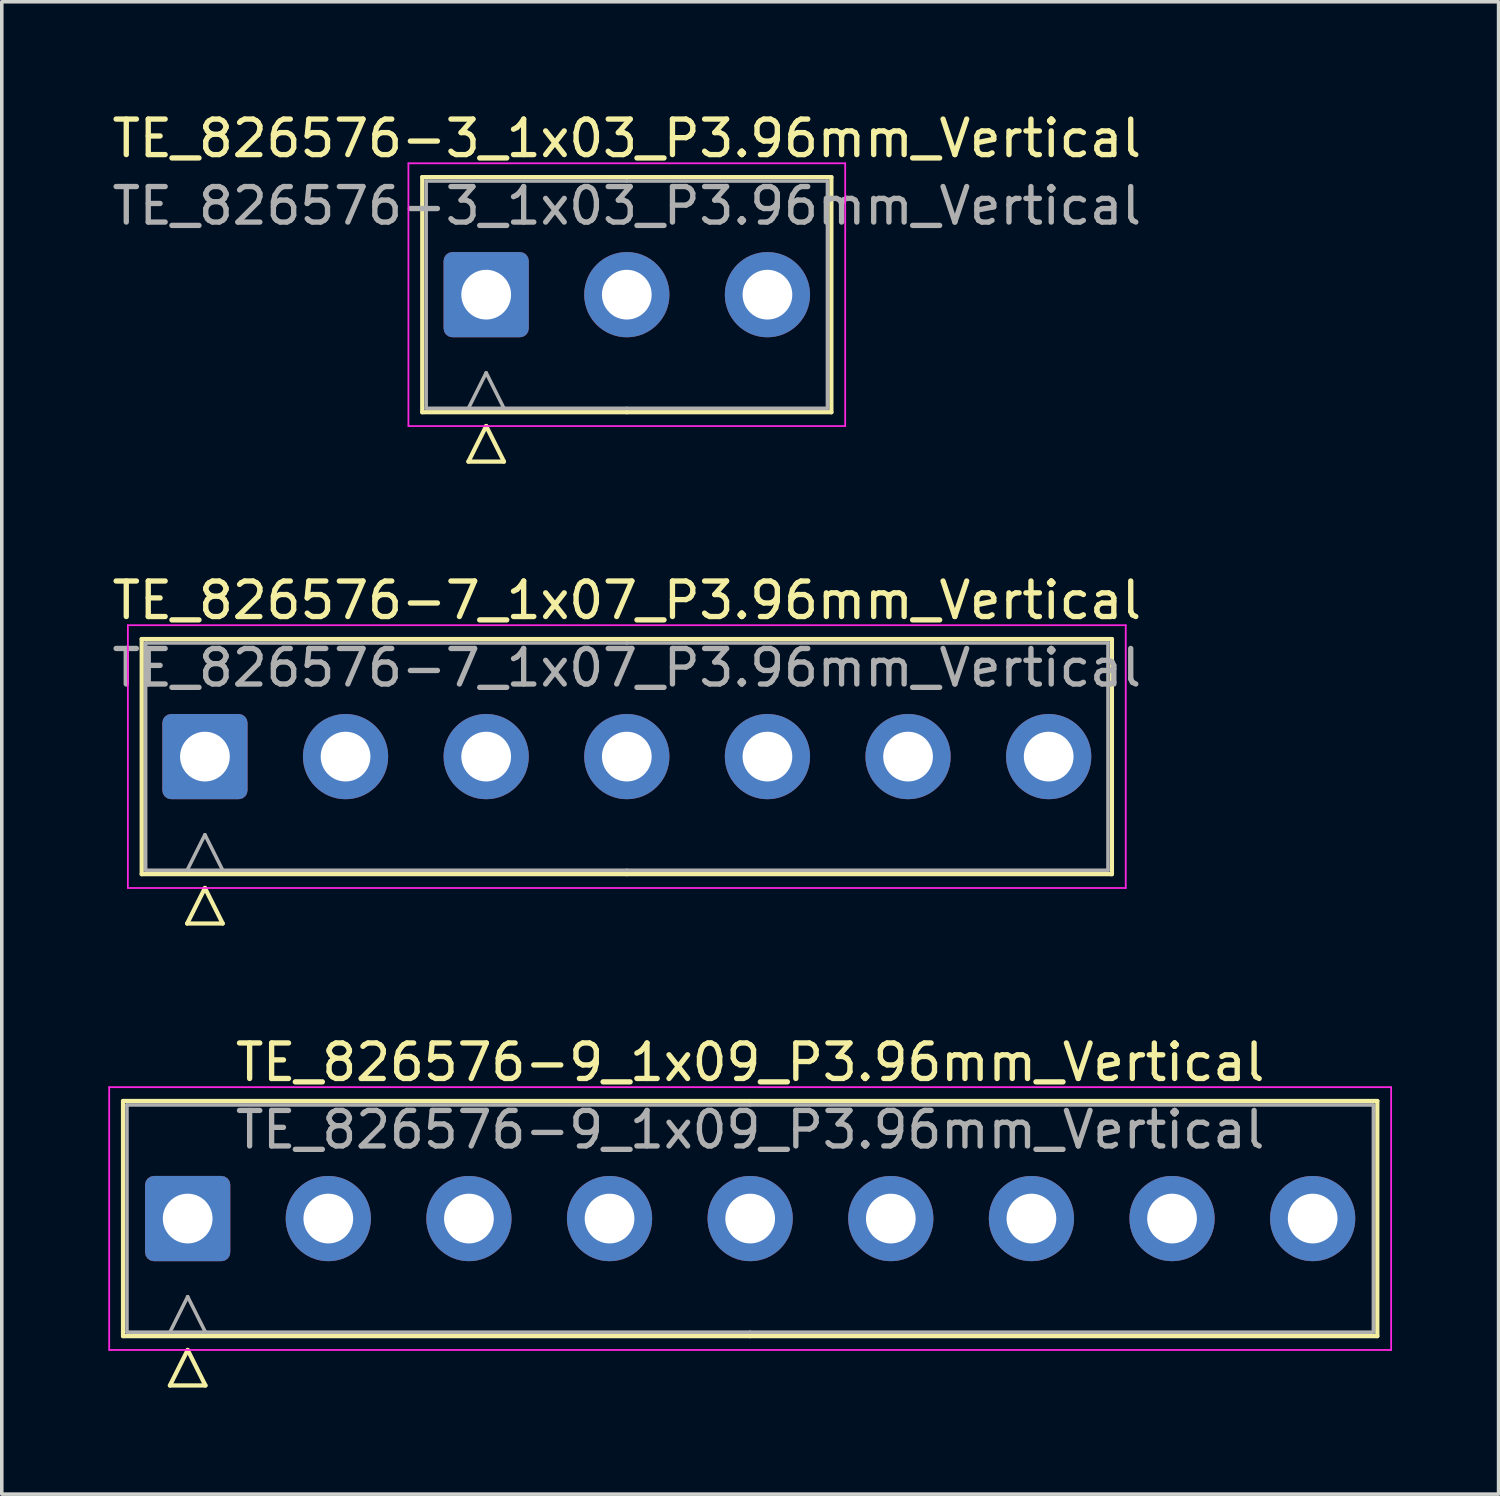
<source format=kicad_pcb>
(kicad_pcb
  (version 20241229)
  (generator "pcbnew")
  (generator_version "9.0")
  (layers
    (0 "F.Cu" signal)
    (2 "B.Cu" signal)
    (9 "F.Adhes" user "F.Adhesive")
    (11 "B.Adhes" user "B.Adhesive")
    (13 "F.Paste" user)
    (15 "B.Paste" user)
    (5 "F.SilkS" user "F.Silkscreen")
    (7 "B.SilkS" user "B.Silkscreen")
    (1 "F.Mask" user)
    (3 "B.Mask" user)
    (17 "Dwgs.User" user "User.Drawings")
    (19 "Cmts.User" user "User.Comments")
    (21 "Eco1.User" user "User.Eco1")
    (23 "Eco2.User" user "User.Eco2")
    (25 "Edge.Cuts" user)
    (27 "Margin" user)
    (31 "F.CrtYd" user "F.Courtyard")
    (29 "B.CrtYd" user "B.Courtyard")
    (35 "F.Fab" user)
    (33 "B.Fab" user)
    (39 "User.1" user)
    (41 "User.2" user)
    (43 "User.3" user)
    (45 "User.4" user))
  (footprint "TE_826576-9_1x09_P3.96mm_Vertical"
    (layer "F.Cu")
    (at 2.235 31.265)
    (property "Reference" "TE_826576-9_1x09_P3.96mm_Vertical" (at 15.84 -4.4 0) (layer "F.SilkS") (effects (font (size 1 1) (thickness 0.15))))
    (attr through_hole)
    (fp_line (start -1.82 -3.31) (end -1.82 3.31) (stroke (width 0.12) (type solid)) (layer "F.SilkS"))
    (fp_line (start -1.82 3.31) (end 15.84 3.31) (stroke (width 0.12) (type solid)) (layer "F.SilkS"))
    (fp_line (start -0.5 4.7) (end 0 3.7) (stroke (width 0.12) (type solid)) (layer "F.SilkS"))
    (fp_line (start 0 3.7) (end 0.5 4.7) (stroke (width 0.12) (type solid)) (layer "F.SilkS"))
    (fp_line (start 0.5 4.7) (end -0.5 4.7) (stroke (width 0.12) (type solid)) (layer "F.SilkS"))
    (fp_line (start 15.84 -3.31) (end -1.82 -3.31) (stroke (width 0.12) (type solid)) (layer "F.SilkS"))
    (fp_line (start 15.84 -3.31) (end 33.5 -3.31) (stroke (width 0.12) (type solid)) (layer "F.SilkS"))
    (fp_line (start 33.5 -3.31) (end 33.5 3.31) (stroke (width 0.12) (type solid)) (layer "F.SilkS"))
    (fp_line (start 33.5 3.31) (end 15.84 3.31) (stroke (width 0.12) (type solid)) (layer "F.SilkS"))
    (fp_line (start -2.21 -3.7) (end -2.21 3.7) (stroke (width 0.05) (type solid)) (layer "F.CrtYd"))
    (fp_line (start -2.21 3.7) (end 33.89 3.7) (stroke (width 0.05) (type solid)) (layer "F.CrtYd"))
    (fp_line (start 33.89 -3.7) (end -2.21 -3.7) (stroke (width 0.05) (type solid)) (layer "F.CrtYd"))
    (fp_line (start 33.89 3.7) (end 33.89 -3.7) (stroke (width 0.05) (type solid)) (layer "F.CrtYd"))
    (fp_line (start -1.71 -3.2) (end -1.71 3.2) (stroke (width 0.1) (type solid)) (layer "F.Fab"))
    (fp_line (start -1.71 3.2) (end 15.84 3.2) (stroke (width 0.1) (type solid)) (layer "F.Fab"))
    (fp_line (start -0.5 3.2) (end 0 2.2) (stroke (width 0.1) (type solid)) (layer "F.Fab"))
    (fp_line (start 0 2.2) (end 0.5 3.2) (stroke (width 0.1) (type solid)) (layer "F.Fab"))
    (fp_line (start 15.84 -3.2) (end -1.71 -3.2) (stroke (width 0.1) (type solid)) (layer "F.Fab"))
    (fp_line (start 15.84 -3.2) (end 33.39 -3.2) (stroke (width 0.1) (type solid)) (layer "F.Fab"))
    (fp_line (start 33.39 -3.2) (end 33.39 3.2) (stroke (width 0.1) (type solid)) (layer "F.Fab"))
    (fp_line (start 33.39 3.2) (end 15.84 3.2) (stroke (width 0.1) (type solid)) (layer "F.Fab"))
    (fp_text user "${REFERENCE}" (at 15.84 -2.5 0) (layer "F.Fab") (effects (font (size 1 1) (thickness 0.15))))
    (pad "1" thru_hole roundrect (at 0 0) (size 2.4 2.4) (drill 1.4) (layers "*.Cu" "*.Mask") (roundrect_rratio 0.104))
    (pad "2" thru_hole circle (at 3.96 0) (size 2.4 2.4) (drill 1.4) (layers "*.Cu" "*.Mask"))
    (pad "3" thru_hole circle (at 7.92 0) (size 2.4 2.4) (drill 1.4) (layers "*.Cu" "*.Mask"))
    (pad "4" thru_hole circle (at 11.88 0) (size 2.4 2.4) (drill 1.4) (layers "*.Cu" "*.Mask"))
    (pad "5" thru_hole circle (at 15.84 0) (size 2.4 2.4) (drill 1.4) (layers "*.Cu" "*.Mask"))
    (pad "6" thru_hole circle (at 19.8 0) (size 2.4 2.4) (drill 1.4) (layers "*.Cu" "*.Mask"))
    (pad "7" thru_hole circle (at 23.76 0) (size 2.4 2.4) (drill 1.4) (layers "*.Cu" "*.Mask"))
    (pad "8" thru_hole circle (at 27.72 0) (size 2.4 2.4) (drill 1.4) (layers "*.Cu" "*.Mask"))
    (pad "9" thru_hole circle (at 31.68 0) (size 2.4 2.4) (drill 1.4) (layers "*.Cu" "*.Mask")))
  (footprint "TE_826576-3_1x03_P3.96mm_Vertical"
    (layer "F.Cu")
    (at 10.641 5.248)
    (property "Reference" "TE_826576-3_1x03_P3.96mm_Vertical" (at 3.96 -4.4 0) (layer "F.SilkS") (effects (font (size 1 1) (thickness 0.15))))
    (attr through_hole)
    (fp_line (start -1.8 -3.31) (end -1.8 3.31) (stroke (width 0.12) (type solid)) (layer "F.SilkS"))
    (fp_line (start -1.8 3.31) (end 3.96 3.31) (stroke (width 0.12) (type solid)) (layer "F.SilkS"))
    (fp_line (start -0.5 4.7) (end 0 3.7) (stroke (width 0.12) (type solid)) (layer "F.SilkS"))
    (fp_line (start 0 3.7) (end 0.5 4.7) (stroke (width 0.12) (type solid)) (layer "F.SilkS"))
    (fp_line (start 0.5 4.7) (end -0.5 4.7) (stroke (width 0.12) (type solid)) (layer "F.SilkS"))
    (fp_line (start 3.96 -3.31) (end -1.8 -3.31) (stroke (width 0.12) (type solid)) (layer "F.SilkS"))
    (fp_line (start 3.96 -3.31) (end 9.72 -3.31) (stroke (width 0.12) (type solid)) (layer "F.SilkS"))
    (fp_line (start 9.72 -3.31) (end 9.72 3.31) (stroke (width 0.12) (type solid)) (layer "F.SilkS"))
    (fp_line (start 9.72 3.31) (end 3.96 3.31) (stroke (width 0.12) (type solid)) (layer "F.SilkS"))
    (fp_line (start -2.19 -3.7) (end -2.19 3.7) (stroke (width 0.05) (type solid)) (layer "F.CrtYd"))
    (fp_line (start -2.19 3.7) (end 10.11 3.7) (stroke (width 0.05) (type solid)) (layer "F.CrtYd"))
    (fp_line (start 10.11 -3.7) (end -2.19 -3.7) (stroke (width 0.05) (type solid)) (layer "F.CrtYd"))
    (fp_line (start 10.11 3.7) (end 10.11 -3.7) (stroke (width 0.05) (type solid)) (layer "F.CrtYd"))
    (fp_line (start -1.69 -3.2) (end -1.69 3.2) (stroke (width 0.1) (type solid)) (layer "F.Fab"))
    (fp_line (start -1.69 3.2) (end 3.96 3.2) (stroke (width 0.1) (type solid)) (layer "F.Fab"))
    (fp_line (start -0.5 3.2) (end 0 2.2) (stroke (width 0.1) (type solid)) (layer "F.Fab"))
    (fp_line (start 0 2.2) (end 0.5 3.2) (stroke (width 0.1) (type solid)) (layer "F.Fab"))
    (fp_line (start 3.96 -3.2) (end -1.69 -3.2) (stroke (width 0.1) (type solid)) (layer "F.Fab"))
    (fp_line (start 3.96 -3.2) (end 9.61 -3.2) (stroke (width 0.1) (type solid)) (layer "F.Fab"))
    (fp_line (start 9.61 -3.2) (end 9.61 3.2) (stroke (width 0.1) (type solid)) (layer "F.Fab"))
    (fp_line (start 9.61 3.2) (end 3.96 3.2) (stroke (width 0.1) (type solid)) (layer "F.Fab"))
    (fp_text user "${REFERENCE}" (at 3.96 -2.5 0) (layer "F.Fab") (effects (font (size 1 1) (thickness 0.15))))
    (pad "1" thru_hole roundrect (at 0 0) (size 2.4 2.4) (drill 1.4) (layers "*.Cu" "*.Mask") (roundrect_rratio 0.104))
    (pad "2" thru_hole circle (at 3.96 0) (size 2.4 2.4) (drill 1.4) (layers "*.Cu" "*.Mask"))
    (pad "3" thru_hole circle (at 7.92 0) (size 2.4 2.4) (drill 1.4) (layers "*.Cu" "*.Mask")))
  (footprint "TE_826576-7_1x07_P3.96mm_Vertical"
    (layer "F.Cu")
    (at 2.721 18.256)
    (property "Reference" "TE_826576-7_1x07_P3.96mm_Vertical" (at 11.88 -4.4 0) (layer "F.SilkS") (effects (font (size 1 1) (thickness 0.15))))
    (attr through_hole)
    (fp_line (start -1.78 -3.31) (end -1.78 3.31) (stroke (width 0.12) (type solid)) (layer "F.SilkS"))
    (fp_line (start -1.78 3.31) (end 11.88 3.31) (stroke (width 0.12) (type solid)) (layer "F.SilkS"))
    (fp_line (start -0.5 4.7) (end 0 3.7) (stroke (width 0.12) (type solid)) (layer "F.SilkS"))
    (fp_line (start 0 3.7) (end 0.5 4.7) (stroke (width 0.12) (type solid)) (layer "F.SilkS"))
    (fp_line (start 0.5 4.7) (end -0.5 4.7) (stroke (width 0.12) (type solid)) (layer "F.SilkS"))
    (fp_line (start 11.88 -3.31) (end -1.78 -3.31) (stroke (width 0.12) (type solid)) (layer "F.SilkS"))
    (fp_line (start 11.88 -3.31) (end 25.54 -3.31) (stroke (width 0.12) (type solid)) (layer "F.SilkS"))
    (fp_line (start 25.54 -3.31) (end 25.54 3.31) (stroke (width 0.12) (type solid)) (layer "F.SilkS"))
    (fp_line (start 25.54 3.31) (end 11.88 3.31) (stroke (width 0.12) (type solid)) (layer "F.SilkS"))
    (fp_line (start -2.17 -3.7) (end -2.17 3.7) (stroke (width 0.05) (type solid)) (layer "F.CrtYd"))
    (fp_line (start -2.17 3.7) (end 25.93 3.7) (stroke (width 0.05) (type solid)) (layer "F.CrtYd"))
    (fp_line (start 25.93 -3.7) (end -2.17 -3.7) (stroke (width 0.05) (type solid)) (layer "F.CrtYd"))
    (fp_line (start 25.93 3.7) (end 25.93 -3.7) (stroke (width 0.05) (type solid)) (layer "F.CrtYd"))
    (fp_line (start -1.67 -3.2) (end -1.67 3.2) (stroke (width 0.1) (type solid)) (layer "F.Fab"))
    (fp_line (start -1.67 3.2) (end 11.88 3.2) (stroke (width 0.1) (type solid)) (layer "F.Fab"))
    (fp_line (start -0.5 3.2) (end 0 2.2) (stroke (width 0.1) (type solid)) (layer "F.Fab"))
    (fp_line (start 0 2.2) (end 0.5 3.2) (stroke (width 0.1) (type solid)) (layer "F.Fab"))
    (fp_line (start 11.88 -3.2) (end -1.67 -3.2) (stroke (width 0.1) (type solid)) (layer "F.Fab"))
    (fp_line (start 11.88 -3.2) (end 25.43 -3.2) (stroke (width 0.1) (type solid)) (layer "F.Fab"))
    (fp_line (start 25.43 -3.2) (end 25.43 3.2) (stroke (width 0.1) (type solid)) (layer "F.Fab"))
    (fp_line (start 25.43 3.2) (end 11.88 3.2) (stroke (width 0.1) (type solid)) (layer "F.Fab"))
    (fp_text user "${REFERENCE}" (at 11.88 -2.5 0) (layer "F.Fab") (effects (font (size 1 1) (thickness 0.15))))
    (pad "1" thru_hole roundrect (at 0 0) (size 2.4 2.4) (drill 1.4) (layers "*.Cu" "*.Mask") (roundrect_rratio 0.104))
    (pad "2" thru_hole circle (at 3.96 0) (size 2.4 2.4) (drill 1.4) (layers "*.Cu" "*.Mask"))
    (pad "3" thru_hole circle (at 7.92 0) (size 2.4 2.4) (drill 1.4) (layers "*.Cu" "*.Mask"))
    (pad "4" thru_hole circle (at 11.88 0) (size 2.4 2.4) (drill 1.4) (layers "*.Cu" "*.Mask"))
    (pad "5" thru_hole circle (at 15.84 0) (size 2.4 2.4) (drill 1.4) (layers "*.Cu" "*.Mask"))
    (pad "6" thru_hole circle (at 19.8 0) (size 2.4 2.4) (drill 1.4) (layers "*.Cu" "*.Mask"))
    (pad "7" thru_hole circle (at 23.76 0) (size 2.4 2.4) (drill 1.4) (layers "*.Cu" "*.Mask")))
  (gr_rect
    (start -3 -3)
    (end 39.15 39.025)
    (stroke (width 0.1) (type default))
    (fill no)
    (layer "Edge.Cuts")))
</source>
